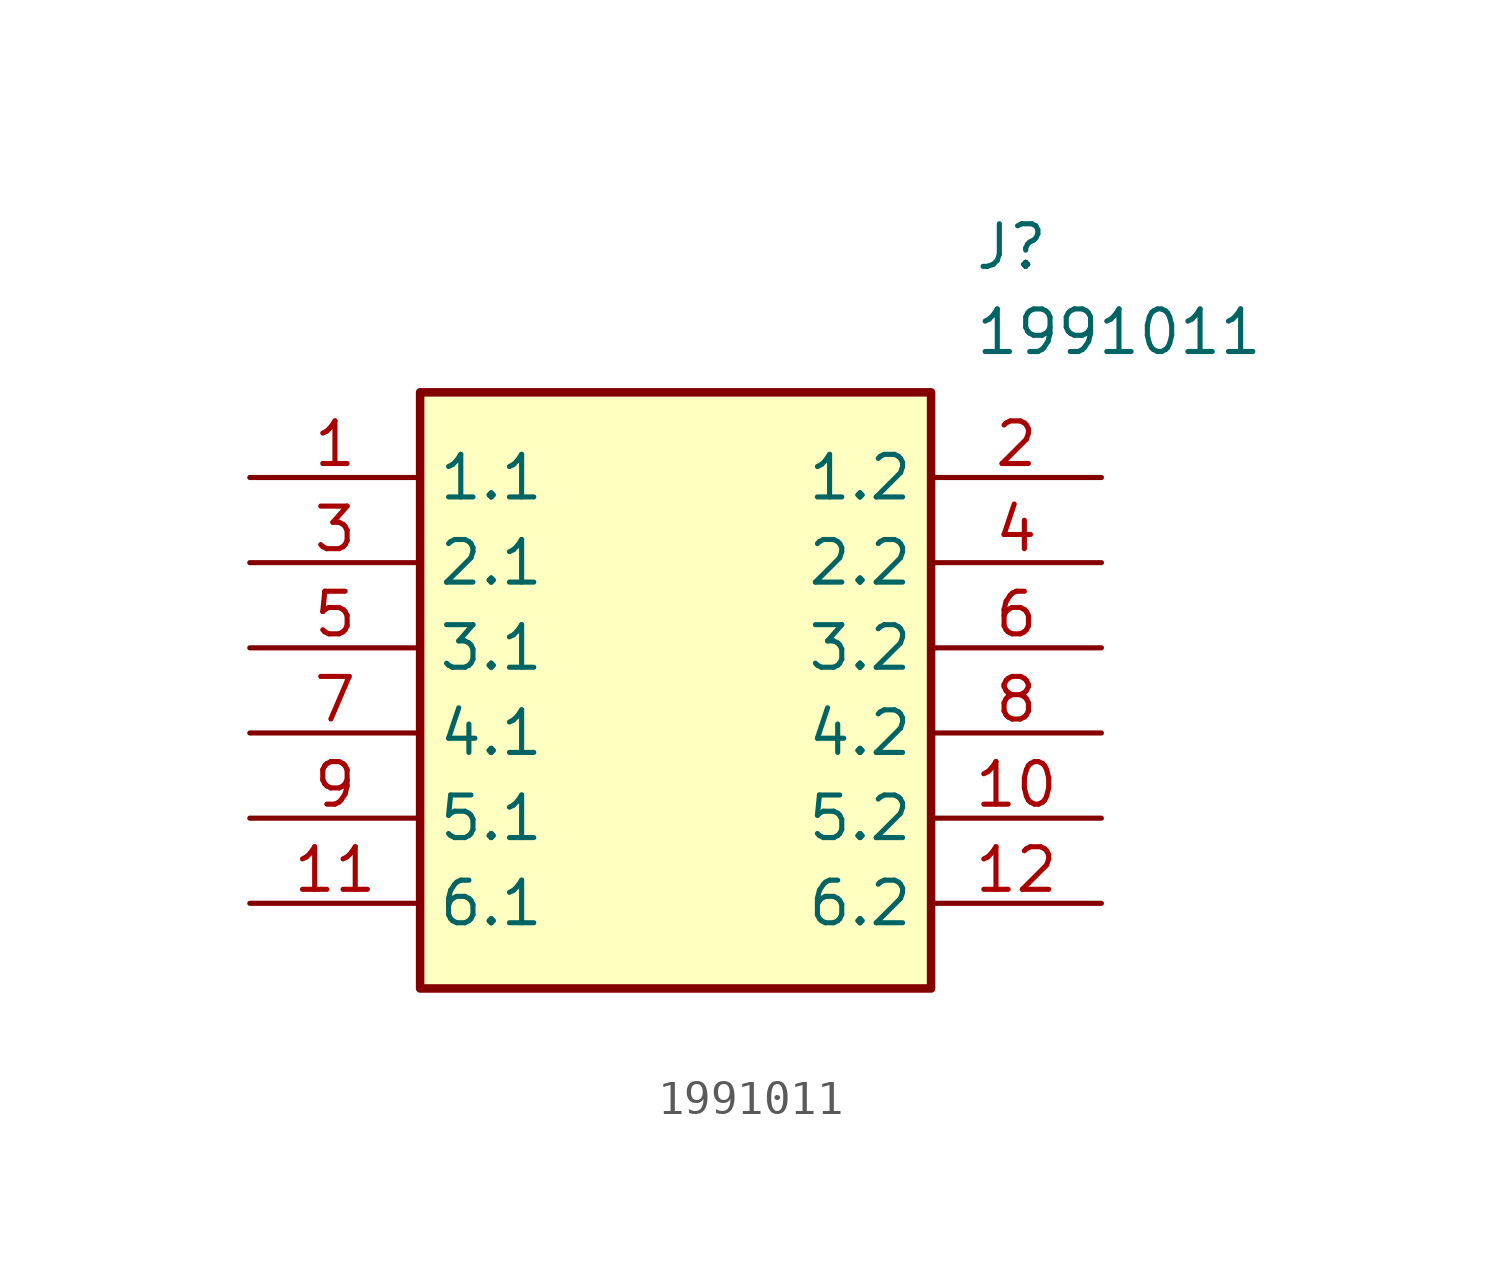
<source format=kicad_sym>
(kicad_symbol_lib
  (version 20211014)
  (generator SamacSys_ECAD_Model)
  (symbol "1991011"
    (property "Reference" "J"
      (at 21.59 7.62 0)
      (effects (font (size 1.27 1.27)) (justify left top)))
    (property "Value" "1991011"
      (at 21.59 5.08 0)
      (effects (font (size 1.27 1.27)) (justify left top)))
    (rectangle
      (start 5.08 2.54)
      (end 20.32 -15.24)
      (stroke (width 0.254) (type default))
      (fill (type background)))
    (pin passive line
      (at 0 0 0)
      (length 5.08)
      (name "1.1" (effects (font (size 1.27 1.27))))
      (number "1" (effects (font (size 1.27 1.27)))))
    (pin passive line
      (at 25.4 0 180)
      (length 5.08)
      (name "1.2" (effects (font (size 1.27 1.27))))
      (number "2" (effects (font (size 1.27 1.27)))))
    (pin passive line
      (at 0 -2.54 0)
      (length 5.08)
      (name "2.1" (effects (font (size 1.27 1.27))))
      (number "3" (effects (font (size 1.27 1.27)))))
    (pin passive line
      (at 25.4 -2.54 180)
      (length 5.08)
      (name "2.2" (effects (font (size 1.27 1.27))))
      (number "4" (effects (font (size 1.27 1.27)))))
    (pin passive line
      (at 0 -5.08 0)
      (length 5.08)
      (name "3.1" (effects (font (size 1.27 1.27))))
      (number "5" (effects (font (size 1.27 1.27)))))
    (pin passive line
      (at 25.4 -5.08 180)
      (length 5.08)
      (name "3.2" (effects (font (size 1.27 1.27))))
      (number "6" (effects (font (size 1.27 1.27)))))
    (pin passive line
      (at 0 -7.62 0)
      (length 5.08)
      (name "4.1" (effects (font (size 1.27 1.27))))
      (number "7" (effects (font (size 1.27 1.27)))))
    (pin passive line
      (at 25.4 -7.62 180)
      (length 5.08)
      (name "4.2" (effects (font (size 1.27 1.27))))
      (number "8" (effects (font (size 1.27 1.27)))))
    (pin passive line
      (at 0 -10.16 0)
      (length 5.08)
      (name "5.1" (effects (font (size 1.27 1.27))))
      (number "9" (effects (font (size 1.27 1.27)))))
    (pin passive line
      (at 25.4 -10.16 180)
      (length 5.08)
      (name "5.2" (effects (font (size 1.27 1.27))))
      (number "10" (effects (font (size 1.27 1.27)))))
    (pin passive line
      (at 0 -12.7 0)
      (length 5.08)
      (name "6.1" (effects (font (size 1.27 1.27))))
      (number "11" (effects (font (size 1.27 1.27)))))
    (pin passive line
      (at 25.4 -12.7 180)
      (length 5.08)
      (name "6.2" (effects (font (size 1.27 1.27))))
      (number "12" (effects (font (size 1.27 1.27)))))))
</source>
